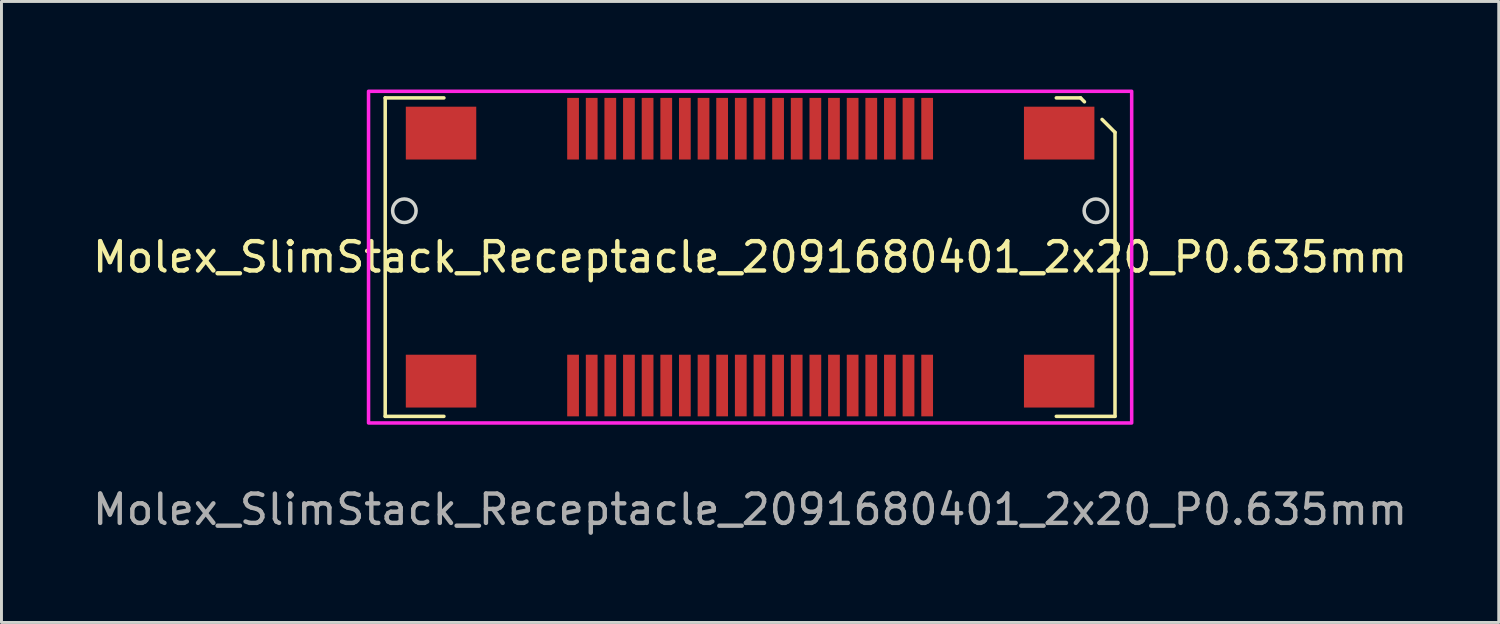
<source format=kicad_pcb>
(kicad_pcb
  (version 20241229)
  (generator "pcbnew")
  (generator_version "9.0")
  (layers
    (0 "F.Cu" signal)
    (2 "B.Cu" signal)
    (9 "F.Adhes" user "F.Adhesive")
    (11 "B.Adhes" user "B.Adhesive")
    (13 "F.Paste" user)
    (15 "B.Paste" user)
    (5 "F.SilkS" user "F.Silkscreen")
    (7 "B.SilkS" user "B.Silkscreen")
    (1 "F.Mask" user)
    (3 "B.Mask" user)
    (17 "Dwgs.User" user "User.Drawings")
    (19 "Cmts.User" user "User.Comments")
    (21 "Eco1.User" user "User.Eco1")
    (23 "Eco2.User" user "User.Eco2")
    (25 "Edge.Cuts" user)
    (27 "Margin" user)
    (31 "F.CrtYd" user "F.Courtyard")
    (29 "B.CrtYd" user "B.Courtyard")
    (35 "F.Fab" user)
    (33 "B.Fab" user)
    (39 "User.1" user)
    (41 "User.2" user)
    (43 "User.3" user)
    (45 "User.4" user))
  (footprint "Molex_SlimStack_Receptacle_2091680401_2x20_P0.635mm"
    (layer "F.Cu")
    (at 22.506 5.71)
    (property "Reference" "Molex_SlimStack_Receptacle_2091680401_2x20_P0.635mm" (at 0 0 0) (unlocked yes) (layer "F.SilkS") (effects (font (size 1 1) (thickness 0.15))))
    (attr smd)
    (fp_line (start -12.432 -5.425) (end -10.432 -5.425) (stroke (width 0.12) (type solid)) (layer "F.SilkS"))
    (fp_line (start -12.432 5.425) (end -12.432 -5.425) (stroke (width 0.12) (type solid)) (layer "F.SilkS"))
    (fp_line (start -12.432 5.425) (end -10.432 5.425) (stroke (width 0.12) (type solid)) (layer "F.SilkS"))
    (fp_line (start 11.258 -5.425) (end 10.432 -5.425) (stroke (width 0.12) (type solid)) (layer "F.SilkS"))
    (fp_line (start 11.391 -5.291) (end 11.258 -5.425) (stroke (width 0.12) (type solid)) (layer "F.SilkS"))
    (fp_line (start 12.432 -4.25) (end 11.991 -4.691) (stroke (width 0.12) (type solid)) (layer "F.SilkS"))
    (fp_line (start 12.432 -4.25) (end 12.432 5.425) (stroke (width 0.12) (type solid)) (layer "F.SilkS"))
    (fp_line (start 12.432 5.425) (end 10.432 5.425) (stroke (width 0.12) (type solid)) (layer "F.SilkS"))
    (fp_circle (center -11.78 -1.58) (end -11.38 -1.58) (stroke (width 0.12) (type solid)) (fill no) (layer "Edge.Cuts"))
    (fp_circle (center 11.78 -1.58) (end 12.18 -1.58) (stroke (width 0.12) (type solid)) (fill no) (layer "Edge.Cuts"))
    (fp_rect (start -13 -5.65) (end 13 5.65) (stroke (width 0.12) (type solid)) (fill no) (layer "F.CrtYd"))
    (fp_text user "${REFERENCE}" (at 0 8.6 0) (unlocked yes) (layer "F.Fab") (effects (font (size 1 1) (thickness 0.15))))
    (pad "1" smd rect (at 6.032 -4.375 90) (size 2.1 0.4) (layers "F.Cu" "F.Mask" "F.Paste"))
    (pad "2" smd rect (at 5.397 -4.375 90) (size 2.1 0.4) (layers "F.Cu" "F.Mask" "F.Paste"))
    (pad "3" smd rect (at 4.763 -4.375 90) (size 2.1 0.4) (layers "F.Cu" "F.Mask" "F.Paste"))
    (pad "4" smd rect (at 4.128 -4.375 90) (size 2.1 0.4) (layers "F.Cu" "F.Mask" "F.Paste"))
    (pad "5" smd rect (at 3.493 -4.375 90) (size 2.1 0.4) (layers "F.Cu" "F.Mask" "F.Paste"))
    (pad "6" smd rect (at 2.857 -4.375 90) (size 2.1 0.4) (layers "F.Cu" "F.Mask" "F.Paste"))
    (pad "7" smd rect (at 2.223 -4.375 90) (size 2.1 0.4) (layers "F.Cu" "F.Mask" "F.Paste"))
    (pad "8" smd rect (at 1.587 -4.375 90) (size 2.1 0.4) (layers "F.Cu" "F.Mask" "F.Paste"))
    (pad "9" smd rect (at 0.953 -4.375 90) (size 2.1 0.4) (layers "F.Cu" "F.Mask" "F.Paste"))
    (pad "10" smd rect (at 0.318 -4.375 90) (size 2.1 0.4) (layers "F.Cu" "F.Mask" "F.Paste"))
    (pad "11" smd rect (at -0.318 -4.375 90) (size 2.1 0.4) (layers "F.Cu" "F.Mask" "F.Paste"))
    (pad "12" smd rect (at -0.953 -4.375 90) (size 2.1 0.4) (layers "F.Cu" "F.Mask" "F.Paste"))
    (pad "13" smd rect (at -1.587 -4.375 90) (size 2.1 0.4) (layers "F.Cu" "F.Mask" "F.Paste"))
    (pad "14" smd rect (at -2.223 -4.375 90) (size 2.1 0.4) (layers "F.Cu" "F.Mask" "F.Paste"))
    (pad "15" smd rect (at -2.857 -4.375 90) (size 2.1 0.4) (layers "F.Cu" "F.Mask" "F.Paste"))
    (pad "16" smd rect (at -3.493 -4.375 90) (size 2.1 0.4) (layers "F.Cu" "F.Mask" "F.Paste"))
    (pad "17" smd rect (at -4.128 -4.375 90) (size 2.1 0.4) (layers "F.Cu" "F.Mask" "F.Paste"))
    (pad "18" smd rect (at -4.763 -4.375 90) (size 2.1 0.4) (layers "F.Cu" "F.Mask" "F.Paste"))
    (pad "19" smd rect (at -5.397 -4.375 90) (size 2.1 0.4) (layers "F.Cu" "F.Mask" "F.Paste"))
    (pad "20" smd rect (at -6.032 -4.375 90) (size 2.1 0.4) (layers "F.Cu" "F.Mask" "F.Paste"))
    (pad "21" smd rect (at -6.032 4.375 90) (size 2.1 0.4) (layers "F.Cu" "F.Mask" "F.Paste"))
    (pad "22" smd rect (at -5.397 4.375 90) (size 2.1 0.4) (layers "F.Cu" "F.Mask" "F.Paste"))
    (pad "23" smd rect (at -4.763 4.375 90) (size 2.1 0.4) (layers "F.Cu" "F.Mask" "F.Paste"))
    (pad "24" smd rect (at -4.128 4.375 90) (size 2.1 0.4) (layers "F.Cu" "F.Mask" "F.Paste"))
    (pad "25" smd rect (at -3.493 4.375 90) (size 2.1 0.4) (layers "F.Cu" "F.Mask" "F.Paste"))
    (pad "26" smd rect (at -2.857 4.375 90) (size 2.1 0.4) (layers "F.Cu" "F.Mask" "F.Paste"))
    (pad "27" smd rect (at -2.223 4.375 90) (size 2.1 0.4) (layers "F.Cu" "F.Mask" "F.Paste"))
    (pad "28" smd rect (at -1.587 4.375 90) (size 2.1 0.4) (layers "F.Cu" "F.Mask" "F.Paste"))
    (pad "29" smd rect (at -0.953 4.375 90) (size 2.1 0.4) (layers "F.Cu" "F.Mask" "F.Paste"))
    (pad "30" smd rect (at -0.318 4.375 90) (size 2.1 0.4) (layers "F.Cu" "F.Mask" "F.Paste"))
    (pad "31" smd rect (at 0.318 4.375 90) (size 2.1 0.4) (layers "F.Cu" "F.Mask" "F.Paste"))
    (pad "32" smd rect (at 0.953 4.375 90) (size 2.1 0.4) (layers "F.Cu" "F.Mask" "F.Paste"))
    (pad "33" smd rect (at 1.587 4.375 90) (size 2.1 0.4) (layers "F.Cu" "F.Mask" "F.Paste"))
    (pad "34" smd rect (at 2.223 4.375 90) (size 2.1 0.4) (layers "F.Cu" "F.Mask" "F.Paste"))
    (pad "35" smd rect (at 2.857 4.375 90) (size 2.1 0.4) (layers "F.Cu" "F.Mask" "F.Paste"))
    (pad "36" smd rect (at 3.493 4.375 90) (size 2.1 0.4) (layers "F.Cu" "F.Mask" "F.Paste"))
    (pad "37" smd rect (at 4.128 4.375 90) (size 2.1 0.4) (layers "F.Cu" "F.Mask" "F.Paste"))
    (pad "38" smd rect (at 4.763 4.375 90) (size 2.1 0.4) (layers "F.Cu" "F.Mask" "F.Paste"))
    (pad "39" smd rect (at 5.397 4.375 90) (size 2.1 0.4) (layers "F.Cu" "F.Mask" "F.Paste"))
    (pad "40" smd rect (at 6.032 4.375 90) (size 2.1 0.4) (layers "F.Cu" "F.Mask" "F.Paste"))
    (pad "GND" smd rect (at -10.53 -4.225) (size 2.4 1.8) (layers "F.Cu" "F.Mask" "F.Paste"))
    (pad "GND" smd rect (at -10.53 4.225) (size 2.4 1.8) (layers "F.Cu" "F.Mask" "F.Paste"))
    (pad "GND" smd rect (at 10.53 -4.225) (size 2.4 1.8) (layers "F.Cu" "F.Mask" "F.Paste"))
    (pad "GND" smd rect (at 10.53 4.225) (size 2.4 1.8) (layers "F.Cu" "F.Mask" "F.Paste")))
  (gr_rect
    (start -3 -3)
    (end 48.012 18.158)
    (stroke (width 0.1) (type default))
    (fill no)
    (layer "Edge.Cuts")))
</source>
